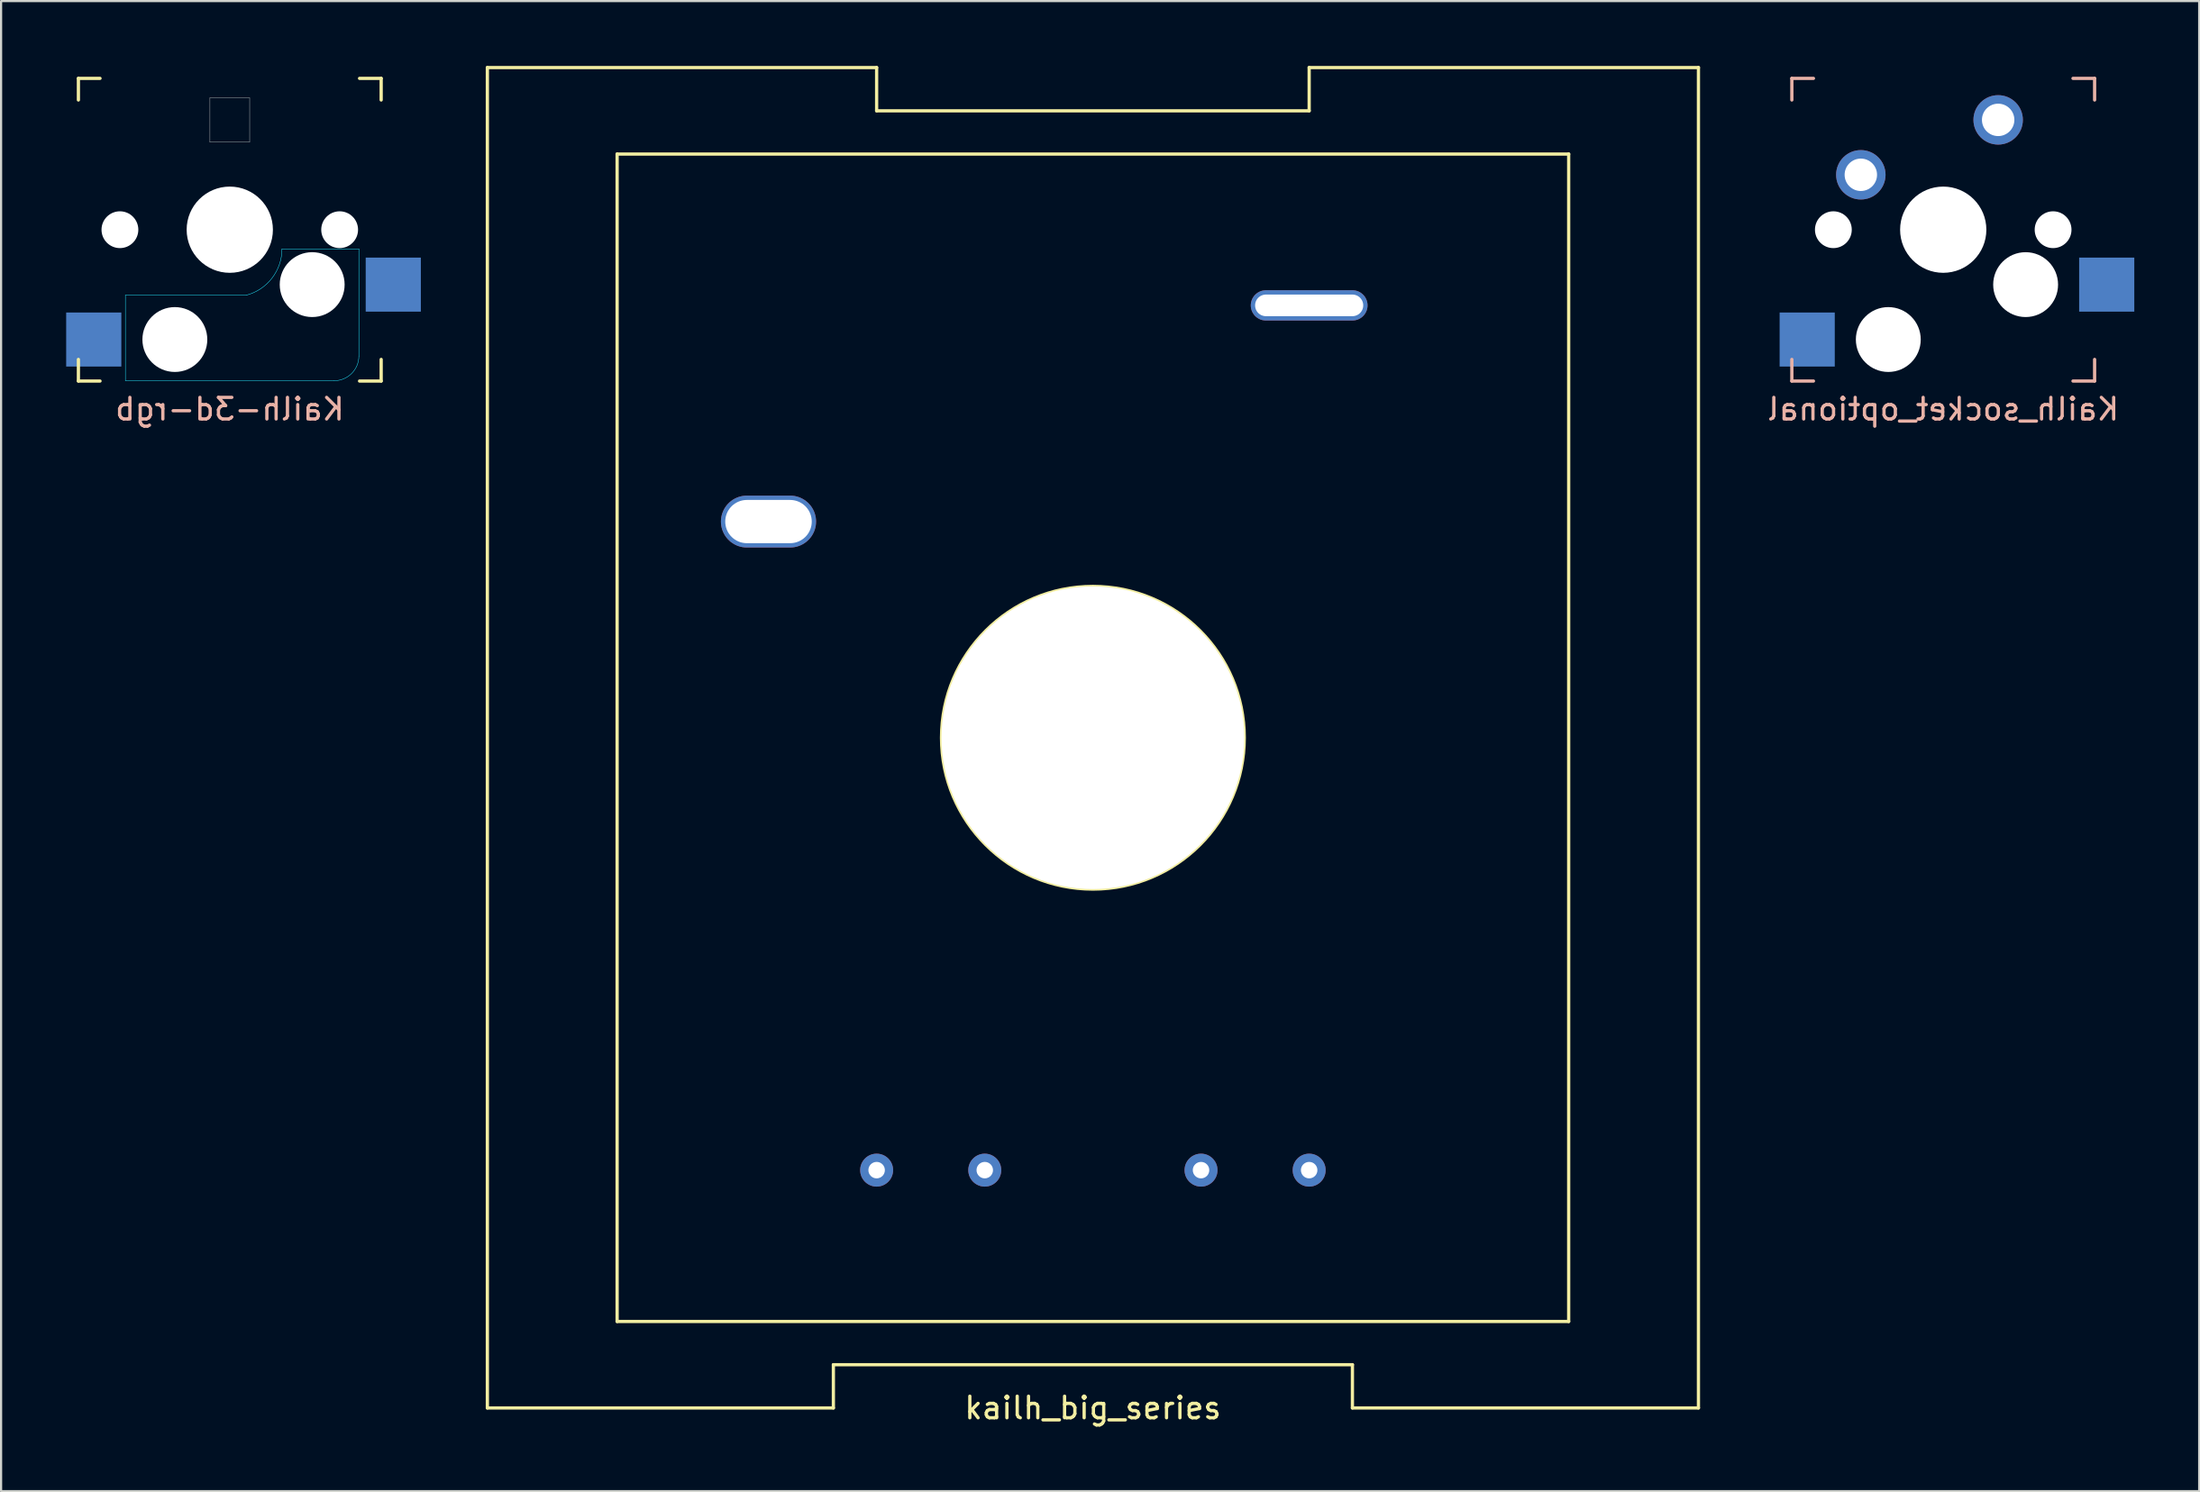
<source format=kicad_pcb>
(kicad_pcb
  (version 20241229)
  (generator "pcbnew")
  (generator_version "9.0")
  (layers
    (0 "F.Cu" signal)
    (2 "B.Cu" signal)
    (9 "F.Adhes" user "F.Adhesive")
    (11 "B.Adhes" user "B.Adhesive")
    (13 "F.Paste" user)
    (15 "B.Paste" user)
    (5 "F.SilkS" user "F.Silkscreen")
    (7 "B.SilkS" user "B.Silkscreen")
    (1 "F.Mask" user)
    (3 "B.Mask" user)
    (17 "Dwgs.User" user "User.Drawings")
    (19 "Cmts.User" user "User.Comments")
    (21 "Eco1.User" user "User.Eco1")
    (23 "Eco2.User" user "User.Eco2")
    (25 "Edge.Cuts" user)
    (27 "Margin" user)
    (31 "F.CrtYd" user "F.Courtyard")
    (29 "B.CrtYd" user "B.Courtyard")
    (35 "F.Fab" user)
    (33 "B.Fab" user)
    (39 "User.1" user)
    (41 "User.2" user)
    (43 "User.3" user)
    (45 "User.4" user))
  (footprint "Kailh-3d-rgb"
    (layer "F.Cu")
    (at 7.575 7.575)
    (property "Reference" "Kailh-3d-rgb" (at 0 8.3 0) (layer "B.SilkS") (effects (font (size 1 1) (thickness 0.15)) (justify mirror)))
    (attr through_hole)
    (fp_line (start -7 -7) (end -6 -7) (stroke (width 0.15) (type solid)) (layer "F.SilkS"))
    (fp_line (start -7 -6) (end -7 -7) (stroke (width 0.15) (type solid)) (layer "F.SilkS"))
    (fp_line (start -7 7) (end -7 6) (stroke (width 0.15) (type solid)) (layer "F.SilkS"))
    (fp_line (start -6 7) (end -7 7) (stroke (width 0.15) (type solid)) (layer "F.SilkS"))
    (fp_line (start 6 -7) (end 7 -7) (stroke (width 0.15) (type solid)) (layer "F.SilkS"))
    (fp_line (start 7 -7) (end 7 -6) (stroke (width 0.15) (type solid)) (layer "F.SilkS"))
    (fp_line (start 7 6) (end 7 7) (stroke (width 0.15) (type solid)) (layer "F.SilkS"))
    (fp_line (start 7 7) (end 6 7) (stroke (width 0.15) (type solid)) (layer "F.SilkS"))
    (fp_line (start -7.5 -7.5) (end 7.5 -7.5) (stroke (width 0.15) (type solid)) (layer "Eco2.User"))
    (fp_line (start -7.5 7.5) (end -7.5 -7.5) (stroke (width 0.15) (type solid)) (layer "Eco2.User"))
    (fp_line (start -6.9 6.9) (end -6.9 -6.9) (stroke (width 0.15) (type solid)) (layer "Eco2.User"))
    (fp_line (start -6.9 6.9) (end 6.9 6.9) (stroke (width 0.15) (type solid)) (layer "Eco2.User"))
    (fp_line (start 6.9 -6.9) (end -6.9 -6.9) (stroke (width 0.15) (type solid)) (layer "Eco2.User"))
    (fp_line (start 6.9 -6.9) (end 6.9 6.9) (stroke (width 0.15) (type solid)) (layer "Eco2.User"))
    (fp_line (start 7.5 -7.5) (end 7.5 7.5) (stroke (width 0.15) (type solid)) (layer "Eco2.User"))
    (fp_line (start 7.5 7.5) (end -7.5 7.5) (stroke (width 0.15) (type solid)) (layer "Eco2.User"))
    (fp_line (start -4.826 3.03) (end -4.826 6.985) (stroke (width 0.02) (type solid)) (layer "B.CrtYd"))
    (fp_line (start -4.826 6.985) (end 4.826 6.985) (stroke (width 0.02) (type solid)) (layer "B.CrtYd"))
    (fp_line (start 0.757 3.031) (end -4.831 3.031) (stroke (width 0.02) (type solid)) (layer "B.CrtYd"))
    (fp_line (start 5.969 0.889) (end 2.413 0.889) (stroke (width 0.02) (type solid)) (layer "B.CrtYd"))
    (fp_line (start 5.969 5.842) (end 5.969 0.889) (stroke (width 0.02) (type solid)) (layer "B.CrtYd"))
    (fp_arc (start 2.413 0.889) (mid 1.950867 2.242453) (end 0.757478 3.030632) (stroke (width 0.02) (type solid)) (layer "B.CrtYd"))
    (fp_arc (start 5.969 5.842) (mid 5.634223 6.650223) (end 4.826 6.985) (stroke (width 0.02) (type solid)) (layer "B.CrtYd"))
    (fp_line (start -0.92 -6.095) (end -0.92 -4.055) (stroke (width 0.02) (type solid)) (layer "F.Fab"))
    (fp_line (start -0.92 -4.055) (end 0.92 -4.055) (stroke (width 0.02) (type solid)) (layer "F.Fab"))
    (fp_line (start 0.92 -6.095) (end -0.92 -6.095) (stroke (width 0.02) (type solid)) (layer "F.Fab"))
    (fp_line (start 0.92 -6.095) (end 0.92 -4.055) (stroke (width 0.02) (type solid)) (layer "F.Fab"))
    (pad "" np_thru_hole circle (at -5.08 0) (size 1.702 1.702) (drill 1.702) (layers "*.Cu" "*.Mask"))
    (pad "" np_thru_hole circle (at -2.54 5.08) (size 3 3) (drill 3) (layers "*.Cu" "*.Mask"))
    (pad "" np_thru_hole circle (at 0 0) (size 3.988 3.988) (drill 3.988) (layers "*.Cu" "*.Mask"))
    (pad "" np_thru_hole circle (at 3.81 2.54) (size 3 3) (drill 3) (layers "*.Cu" "*.Mask"))
    (pad "" np_thru_hole circle (at 5.08 0) (size 1.702 1.702) (drill 1.702) (layers "*.Cu" "*.Mask"))
    (pad "1" smd rect (at 7.56 2.54) (size 2.55 2.5) (layers "B.Cu" "B.Mask" "B.Paste"))
    (pad "2" smd rect (at -6.29 5.08) (size 2.55 2.5) (layers "B.Cu" "B.Mask" "B.Paste")))
  (footprint "Kailh_socket_optional"
    (layer "F.Cu")
    (at 86.804 7.575)
    (property "Reference" "Kailh_socket_optional" (at 0 8.3 0) (layer "B.SilkS") (effects (font (size 1 1) (thickness 0.15)) (justify mirror)))
    (attr through_hole)
    (fp_line (start -7 -7) (end -6 -7) (stroke (width 0.15) (type solid)) (layer "B.SilkS"))
    (fp_line (start -7 -6) (end -7 -7) (stroke (width 0.15) (type solid)) (layer "B.SilkS"))
    (fp_line (start -7 7) (end -7 6) (stroke (width 0.15) (type solid)) (layer "B.SilkS"))
    (fp_line (start -6 7) (end -7 7) (stroke (width 0.15) (type solid)) (layer "B.SilkS"))
    (fp_line (start 6 -7) (end 7 -7) (stroke (width 0.15) (type solid)) (layer "B.SilkS"))
    (fp_line (start 7 -7) (end 7 -6) (stroke (width 0.15) (type solid)) (layer "B.SilkS"))
    (fp_line (start 7 6) (end 7 7) (stroke (width 0.15) (type solid)) (layer "B.SilkS"))
    (fp_line (start 7 7) (end 6 7) (stroke (width 0.15) (type solid)) (layer "B.SilkS"))
    (fp_line (start -7.5 -7.5) (end 7.5 -7.5) (stroke (width 0.15) (type solid)) (layer "Eco2.User"))
    (fp_line (start -7.5 7.5) (end -7.5 -7.5) (stroke (width 0.15) (type solid)) (layer "Eco2.User"))
    (fp_line (start -6.9 6.9) (end -6.9 -6.9) (stroke (width 0.15) (type solid)) (layer "Eco2.User"))
    (fp_line (start -6.9 6.9) (end 6.9 6.9) (stroke (width 0.15) (type solid)) (layer "Eco2.User"))
    (fp_line (start 6.9 -6.9) (end -6.9 -6.9) (stroke (width 0.15) (type solid)) (layer "Eco2.User"))
    (fp_line (start 6.9 -6.9) (end 6.9 6.9) (stroke (width 0.15) (type solid)) (layer "Eco2.User"))
    (fp_line (start 7.5 -7.5) (end 7.5 7.5) (stroke (width 0.15) (type solid)) (layer "Eco2.User"))
    (fp_line (start 7.5 7.5) (end -7.5 7.5) (stroke (width 0.15) (type solid)) (layer "Eco2.User"))
    (pad "" np_thru_hole circle (at -5.08 0) (size 1.702 1.702) (drill 1.702) (layers "*.Cu" "*.Mask"))
    (pad "" np_thru_hole circle (at -2.54 5.08) (size 3 3) (drill 3) (layers "*.Cu" "*.Mask"))
    (pad "" np_thru_hole circle (at 0 0) (size 3.988 3.988) (drill 3.988) (layers "*.Cu" "*.Mask"))
    (pad "" np_thru_hole circle (at 3.81 2.54) (size 3 3) (drill 3) (layers "*.Cu" "*.Mask"))
    (pad "" np_thru_hole circle (at 5.08 0) (size 1.702 1.702) (drill 1.702) (layers "*.Cu" "*.Mask"))
    (pad "1" thru_hole circle (at -3.81 -2.54) (size 2.286 2.286) (drill 1.499) (layers "*.Cu" "*.Mask"))
    (pad "1" smd rect (at 7.56 2.54) (size 2.55 2.5) (layers "B.Cu" "B.Mask" "B.Paste"))
    (pad "2" smd rect (at -6.29 5.08) (size 2.55 2.5) (layers "B.Cu" "B.Mask" "B.Paste"))
    (pad "2" thru_hole circle (at 2.54 -5.08) (size 2.286 2.286) (drill 1.499) (layers "*.Cu" "*.Mask")))
  (footprint "kailh_big_series"
    (layer "F.Cu")
    (at 47.485 31.075)
    (property "Reference" "kailh_big_series" (at 0 31 0) (layer "F.SilkS") (effects (font (size 1 1) (thickness 0.15))))
    (attr through_hole)
    (fp_line (start -28 -31) (end -28 31) (stroke (width 0.15) (type solid)) (layer "F.SilkS"))
    (fp_line (start -22 -27) (end -22 27) (stroke (width 0.15) (type solid)) (layer "F.SilkS"))
    (fp_line (start -12 29) (end -12 31) (stroke (width 0.15) (type solid)) (layer "F.SilkS"))
    (fp_line (start -12 31) (end -28 31) (stroke (width 0.15) (type solid)) (layer "F.SilkS"))
    (fp_line (start -10 -31) (end -28 -31) (stroke (width 0.15) (type solid)) (layer "F.SilkS"))
    (fp_line (start -10 -29) (end -10 -31) (stroke (width 0.15) (type solid)) (layer "F.SilkS"))
    (fp_line (start 10 -31) (end 10 -29) (stroke (width 0.15) (type solid)) (layer "F.SilkS"))
    (fp_line (start 10 -29) (end -10 -29) (stroke (width 0.15) (type solid)) (layer "F.SilkS"))
    (fp_line (start 12 29) (end -12 29) (stroke (width 0.15) (type solid)) (layer "F.SilkS"))
    (fp_line (start 12 31) (end 12 29) (stroke (width 0.15) (type solid)) (layer "F.SilkS"))
    (fp_line (start 12 31) (end 28 31) (stroke (width 0.15) (type solid)) (layer "F.SilkS"))
    (fp_line (start 22 -27) (end -22 -27) (stroke (width 0.15) (type solid)) (layer "F.SilkS"))
    (fp_line (start 22 27) (end -22 27) (stroke (width 0.15) (type solid)) (layer "F.SilkS"))
    (fp_line (start 22 27) (end 22 -27) (stroke (width 0.15) (type solid)) (layer "F.SilkS"))
    (fp_line (start 28 -31) (end 10 -31) (stroke (width 0.15) (type solid)) (layer "F.SilkS"))
    (fp_line (start 28 31) (end 28 -31) (stroke (width 0.15) (type solid)) (layer "F.SilkS"))
    (fp_circle (center 0 0) (end -7 0) (stroke (width 0.15) (type solid)) (fill no) (layer "F.SilkS"))
    (pad "" thru_hole circle (at 0 0) (size 14 14) (drill 14) (layers "*.Cu" "*.Mask"))
    (pad "1" thru_hole oval (at -15 -10) (size 4.4 2.4) (drill oval 4 2) (layers "*.Cu" "*.Mask"))
    (pad "2" thru_hole oval (at 10 -20) (size 5.4 1.4) (drill oval 5 1) (layers "*.Cu" "*.Mask"))
    (pad "4" thru_hole circle (at 10 20) (size 1.524 1.524) (drill 0.762) (layers "*.Cu" "*.Mask"))
    (pad "5" thru_hole circle (at 5 20) (size 1.524 1.524) (drill 0.762) (layers "*.Cu" "*.Mask"))
    (pad "6" thru_hole circle (at -5 20) (size 1.524 1.524) (drill 0.762) (layers "*.Cu" "*.Mask"))
    (pad "7" thru_hole circle (at -10 20) (size 1.524 1.524) (drill 0.762) (layers "*.Cu" "*.Mask")))
  (gr_rect
    (start -3 -3)
    (end 98.639 65.923)
    (stroke (width 0.1) (type default))
    (fill no)
    (layer "Edge.Cuts")))
</source>
